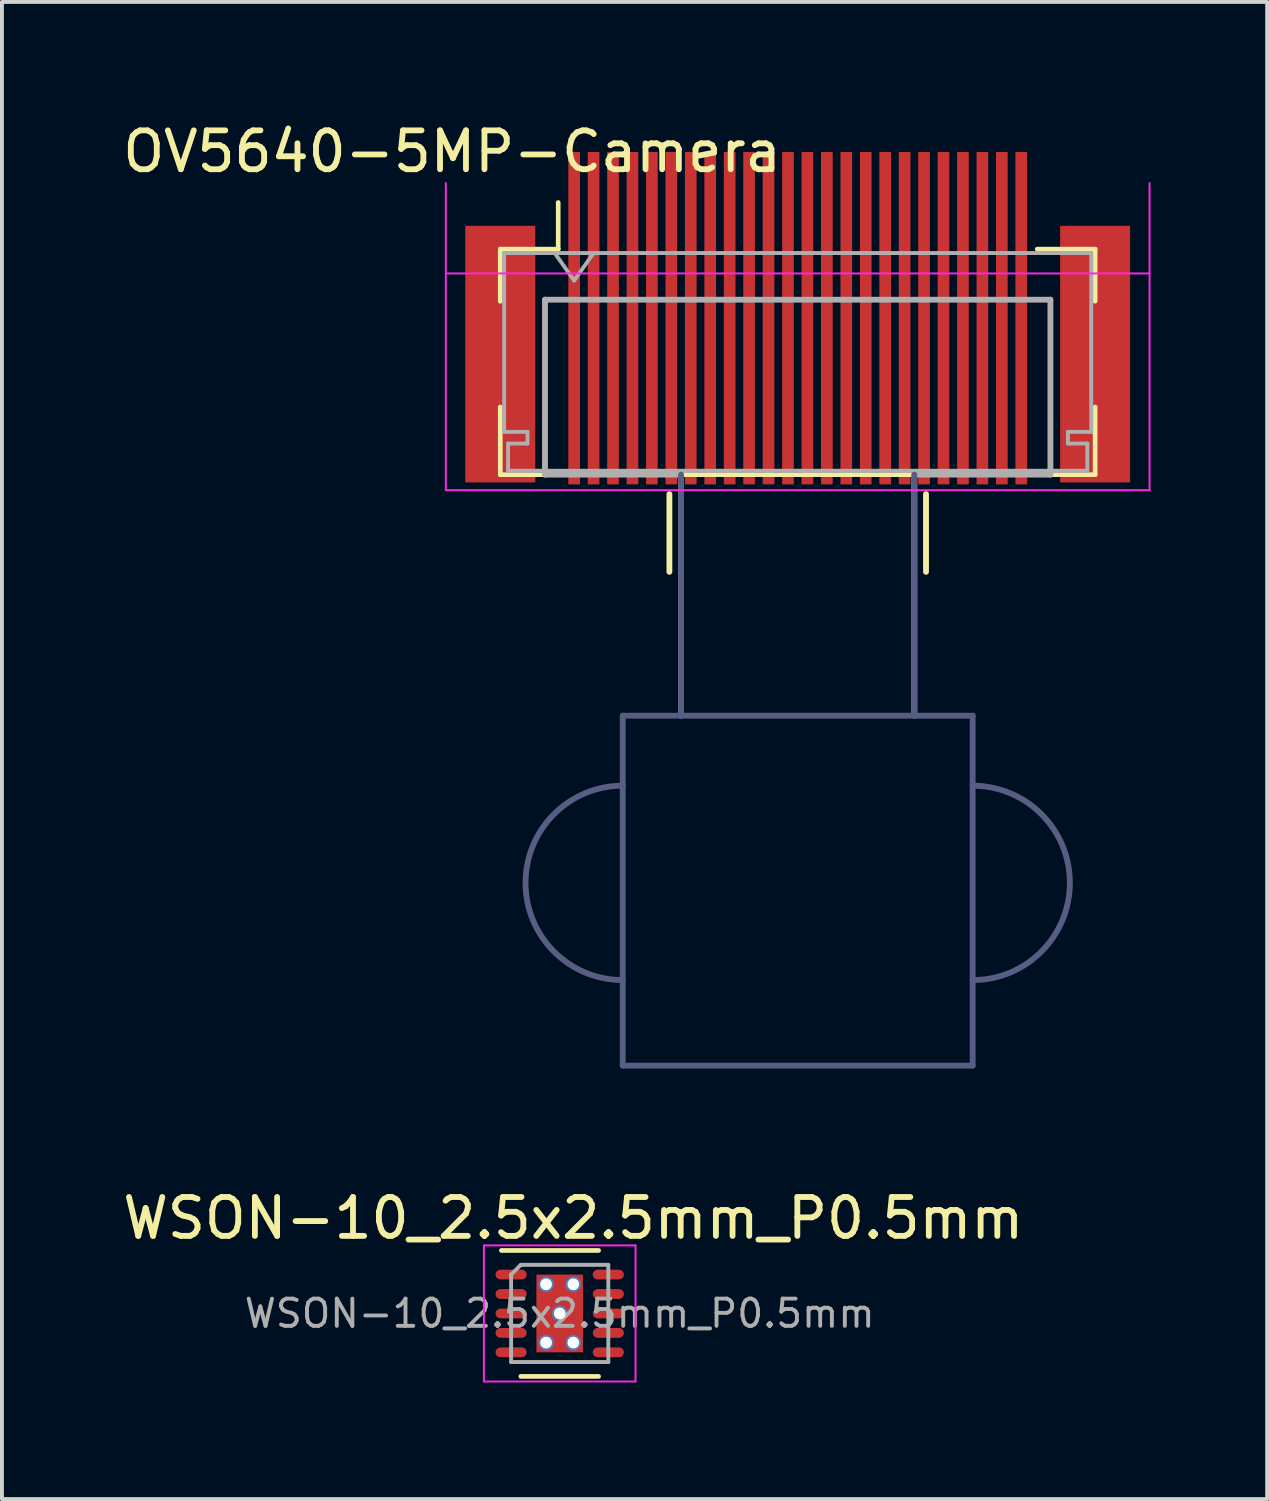
<source format=kicad_pcb>
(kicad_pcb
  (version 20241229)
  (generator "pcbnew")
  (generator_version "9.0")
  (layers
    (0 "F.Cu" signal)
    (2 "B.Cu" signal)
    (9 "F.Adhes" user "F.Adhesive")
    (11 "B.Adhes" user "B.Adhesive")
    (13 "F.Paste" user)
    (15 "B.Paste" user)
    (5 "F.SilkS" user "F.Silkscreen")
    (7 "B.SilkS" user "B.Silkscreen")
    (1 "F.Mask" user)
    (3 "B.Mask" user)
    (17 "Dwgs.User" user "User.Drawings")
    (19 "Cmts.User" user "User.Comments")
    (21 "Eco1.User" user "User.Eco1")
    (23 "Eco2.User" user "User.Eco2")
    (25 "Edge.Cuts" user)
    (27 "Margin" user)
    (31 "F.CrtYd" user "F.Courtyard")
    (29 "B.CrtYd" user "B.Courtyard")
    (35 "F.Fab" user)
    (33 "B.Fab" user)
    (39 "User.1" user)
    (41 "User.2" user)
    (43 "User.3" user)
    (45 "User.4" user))
  (footprint "OV5640-5MP-Camera"
    (layer "F.Cu")
    (at 17.467 4.658)
    (property "Reference" "OV5640-5MP-Camera" (at -8.89 -3.81 0) (layer "F.SilkS") (effects (font (size 1 1) (thickness 0.15))))
    (attr smd)
    (fp_line (start -7.65 -1.3) (end -7.65 0.04) (stroke (width 0.12) (type solid)) (layer "F.SilkS"))
    (fp_line (start -7.65 2.76) (end -7.65 4.5) (stroke (width 0.12) (type solid)) (layer "F.SilkS"))
    (fp_line (start -7.65 4.5) (end 7.65 4.5) (stroke (width 0.12) (type solid)) (layer "F.SilkS"))
    (fp_line (start -6.16 -1.3) (end -7.65 -1.3) (stroke (width 0.12) (type solid)) (layer "F.SilkS"))
    (fp_line (start -6.16 -1.3) (end -6.16 -2.5) (stroke (width 0.12) (type solid)) (layer "F.SilkS"))
    (fp_line (start -3.3 5) (end -3.3 7) (stroke (width 0.15) (type solid)) (layer "F.SilkS"))
    (fp_line (start 3.3 5) (end 3.3 7) (stroke (width 0.15) (type solid)) (layer "F.SilkS"))
    (fp_line (start 6.16 -1.3) (end 7.65 -1.3) (stroke (width 0.12) (type solid)) (layer "F.SilkS"))
    (fp_line (start 7.65 -1.3) (end 7.65 0.04) (stroke (width 0.12) (type solid)) (layer "F.SilkS"))
    (fp_line (start 7.65 4.5) (end 7.65 2.76) (stroke (width 0.12) (type solid)) (layer "F.SilkS"))
    (fp_line (start -9.05 -3) (end -9.05 4.9) (stroke (width 0.05) (type solid)) (layer "F.CrtYd"))
    (fp_line (start -9.05 4.9) (end 9.05 4.9) (stroke (width 0.05) (type solid)) (layer "F.CrtYd"))
    (fp_line (start 9.05 -0.675) (end -9.05 -0.675) (stroke (width 0.05) (type solid)) (layer "F.CrtYd"))
    (fp_line (start 9.05 4.9) (end 9.05 -3) (stroke (width 0.05) (type solid)) (layer "F.CrtYd"))
    (fp_line (start -4.5 10.7) (end -4.5 19.7) (stroke (width 0.15) (type solid)) (layer "B.Fab"))
    (fp_line (start -4.5 10.7) (end 4.5 10.7) (stroke (width 0.15) (type solid)) (layer "B.Fab"))
    (fp_line (start -4.5 19.7) (end 4.5 19.7) (stroke (width 0.15) (type solid)) (layer "B.Fab"))
    (fp_line (start -3 4.5) (end -3 10.7) (stroke (width 0.15) (type solid)) (layer "B.Fab"))
    (fp_line (start 3 4.5) (end 3 10.7) (stroke (width 0.15) (type solid)) (layer "B.Fab"))
    (fp_line (start 4.5 10.7) (end 4.5 19.7) (stroke (width 0.15) (type solid)) (layer "B.Fab"))
    (fp_arc (start -4.5 17.5) (mid -7 15) (end -4.5 12.5) (stroke (width 0.15) (type solid)) (layer "B.Fab"))
    (fp_arc (start 4.5 12.5) (mid 7 15) (end 4.5 17.5) (stroke (width 0.15) (type solid)) (layer "B.Fab"))
    (fp_line (start -7.55 -1.2) (end -7.55 3.4) (stroke (width 0.1) (type solid)) (layer "F.Fab"))
    (fp_line (start -7.55 3.4) (end -6.95 3.4) (stroke (width 0.1) (type solid)) (layer "F.Fab"))
    (fp_line (start -7.45 3.7) (end -7.45 4.4) (stroke (width 0.1) (type solid)) (layer "F.Fab"))
    (fp_line (start -7.45 4.4) (end 0 4.4) (stroke (width 0.1) (type solid)) (layer "F.Fab"))
    (fp_line (start -6.95 3.4) (end -6.95 3.7) (stroke (width 0.1) (type solid)) (layer "F.Fab"))
    (fp_line (start -6.95 3.7) (end -7.45 3.7) (stroke (width 0.1) (type solid)) (layer "F.Fab"))
    (fp_line (start -6.5 0) (end -6.5 4.5) (stroke (width 0.15) (type solid)) (layer "F.Fab"))
    (fp_line (start -6.5 0) (end 6.5 0) (stroke (width 0.15) (type solid)) (layer "F.Fab"))
    (fp_line (start -6.5 4.5) (end -3 4.5) (stroke (width 0.15) (type solid)) (layer "F.Fab"))
    (fp_line (start -6.25 -1.2) (end -5.75 -0.493) (stroke (width 0.1) (type solid)) (layer "F.Fab"))
    (fp_line (start -5.75 -0.493) (end -5.25 -1.2) (stroke (width 0.1) (type solid)) (layer "F.Fab"))
    (fp_line (start -3 4.5) (end -3 10.7) (stroke (width 0.15) (type solid)) (layer "F.Fab"))
    (fp_line (start 0 -1.2) (end -7.55 -1.2) (stroke (width 0.1) (type solid)) (layer "F.Fab"))
    (fp_line (start 0 -1.2) (end 7.55 -1.2) (stroke (width 0.1) (type solid)) (layer "F.Fab"))
    (fp_line (start 3 4.5) (end 3 10.7) (stroke (width 0.15) (type solid)) (layer "F.Fab"))
    (fp_line (start 3 4.5) (end 6.5 4.5) (stroke (width 0.15) (type solid)) (layer "F.Fab"))
    (fp_line (start 6.5 0) (end 6.5 4.5) (stroke (width 0.15) (type solid)) (layer "F.Fab"))
    (fp_line (start 6.95 3.4) (end 6.95 3.7) (stroke (width 0.1) (type solid)) (layer "F.Fab"))
    (fp_line (start 6.95 3.7) (end 7.45 3.7) (stroke (width 0.1) (type solid)) (layer "F.Fab"))
    (fp_line (start 7.45 3.7) (end 7.45 4.4) (stroke (width 0.1) (type solid)) (layer "F.Fab"))
    (fp_line (start 7.45 4.4) (end 0 4.4) (stroke (width 0.1) (type solid)) (layer "F.Fab"))
    (fp_line (start 7.55 -1.2) (end 7.55 3.4) (stroke (width 0.1) (type solid)) (layer "F.Fab"))
    (fp_line (start 7.55 3.4) (end 6.95 3.4) (stroke (width 0.1) (type solid)) (layer "F.Fab"))
    (pad "1" smd rect (at 5.75 0.475) (size 0.3 8.55) (layers "F.Cu" "F.Mask" "F.Paste"))
    (pad "2" smd rect (at 5.25 0.475) (size 0.3 8.55) (layers "F.Cu" "F.Mask" "F.Paste"))
    (pad "3" smd rect (at 4.75 0.475) (size 0.3 8.55) (layers "F.Cu" "F.Mask" "F.Paste"))
    (pad "4" smd rect (at 4.25 0.475) (size 0.3 8.55) (layers "F.Cu" "F.Mask" "F.Paste"))
    (pad "5" smd rect (at 3.75 0.475) (size 0.3 8.55) (layers "F.Cu" "F.Mask" "F.Paste"))
    (pad "6" smd rect (at 3.25 0.475) (size 0.3 8.55) (layers "F.Cu" "F.Mask" "F.Paste"))
    (pad "7" smd rect (at 2.75 0.475) (size 0.3 8.55) (layers "F.Cu" "F.Mask" "F.Paste"))
    (pad "8" smd rect (at 2.25 0.475) (size 0.3 8.55) (layers "F.Cu" "F.Mask" "F.Paste"))
    (pad "9" smd rect (at 1.75 0.475) (size 0.3 8.55) (layers "F.Cu" "F.Mask" "F.Paste"))
    (pad "10" smd rect (at 1.25 0.475) (size 0.3 8.55) (layers "F.Cu" "F.Mask" "F.Paste"))
    (pad "11" smd rect (at 0.75 0.475) (size 0.3 8.55) (layers "F.Cu" "F.Mask" "F.Paste"))
    (pad "12" smd rect (at 0.25 0.475) (size 0.3 8.55) (layers "F.Cu" "F.Mask" "F.Paste"))
    (pad "13" smd rect (at -0.25 0.475) (size 0.3 8.55) (layers "F.Cu" "F.Mask" "F.Paste"))
    (pad "14" smd rect (at -0.75 0.475) (size 0.3 8.55) (layers "F.Cu" "F.Mask" "F.Paste"))
    (pad "15" smd rect (at -1.25 0.475) (size 0.3 8.55) (layers "F.Cu" "F.Mask" "F.Paste"))
    (pad "16" smd rect (at -1.75 0.475) (size 0.3 8.55) (layers "F.Cu" "F.Mask" "F.Paste"))
    (pad "17" smd rect (at -2.25 0.475) (size 0.3 8.55) (layers "F.Cu" "F.Mask" "F.Paste"))
    (pad "18" smd rect (at -2.75 0.475) (size 0.3 8.55) (layers "F.Cu" "F.Mask" "F.Paste"))
    (pad "19" smd rect (at -3.25 0.475) (size 0.3 8.55) (layers "F.Cu" "F.Mask" "F.Paste"))
    (pad "20" smd rect (at -3.75 0.475) (size 0.3 8.55) (layers "F.Cu" "F.Mask" "F.Paste"))
    (pad "21" smd rect (at -4.25 0.475) (size 0.3 8.55) (layers "F.Cu" "F.Mask" "F.Paste"))
    (pad "22" smd rect (at -4.75 0.475) (size 0.3 8.55) (layers "F.Cu" "F.Mask" "F.Paste"))
    (pad "23" smd rect (at -5.25 0.475) (size 0.3 8.55) (layers "F.Cu" "F.Mask" "F.Paste"))
    (pad "24" smd rect (at -5.75 0.475) (size 0.3 8.55) (layers "F.Cu" "F.Mask" "F.Paste"))
    (pad "MP" smd rect (at -7.65 1.4) (size 1.8 6.6) (layers "F.Cu" "F.Mask" "F.Paste"))
    (pad "MP" smd rect (at 7.65 1.4) (size 1.8 6.6) (layers "F.Cu" "F.Mask" "F.Paste")))
  (footprint "WSON-10_2.5x2.5mm_P0.5mm"
    (layer "F.Cu")
    (at 11.346 30.732)
    (property "Reference" "WSON-10_2.5x2.5mm_P0.5mm" (at 0.35 -2.45 0) (layer "F.SilkS") (effects (font (size 1 1) (thickness 0.15))))
    (attr smd)
    (fp_line (start -1.5 -1.62) (end 1 -1.62) (stroke (width 0.12) (type solid)) (layer "F.SilkS"))
    (fp_line (start 1 1.62) (end -1 1.62) (stroke (width 0.12) (type solid)) (layer "F.SilkS"))
    (fp_line (start -1.95 -1.75) (end -1.95 1.75) (stroke (width 0.05) (type solid)) (layer "F.CrtYd"))
    (fp_line (start -1.95 -1.75) (end 1.95 -1.75) (stroke (width 0.05) (type solid)) (layer "F.CrtYd"))
    (fp_line (start -1.95 1.75) (end 1.95 1.75) (stroke (width 0.05) (type solid)) (layer "F.CrtYd"))
    (fp_line (start 1.95 -1.75) (end 1.95 1.75) (stroke (width 0.05) (type solid)) (layer "F.CrtYd"))
    (fp_line (start -1.25 1.25) (end -1.25 -1) (stroke (width 0.1) (type solid)) (layer "F.Fab"))
    (fp_line (start -1 -1.25) (end -1.25 -1) (stroke (width 0.1) (type solid)) (layer "F.Fab"))
    (fp_line (start -1 -1.25) (end 1.25 -1.25) (stroke (width 0.1) (type solid)) (layer "F.Fab"))
    (fp_line (start 1.25 -1.25) (end 1.25 1.25) (stroke (width 0.1) (type solid)) (layer "F.Fab"))
    (fp_line (start 1.25 1.25) (end -1.25 1.25) (stroke (width 0.1) (type solid)) (layer "F.Fab"))
    (fp_text user "${REFERENCE}" (at 0 0 0) (layer "F.Fab") (effects (font (size 0.7 0.7) (thickness 0.1))))
    (pad "" smd oval (at -1.25 -1) (size 0.75 0.23) (layers "F.Cu" "F.Paste"))
    (pad "" smd oval (at -1.25 -0.5) (size 0.75 0.23) (layers "F.Cu" "F.Paste"))
    (pad "" smd oval (at -1.25 0) (size 0.75 0.23) (layers "F.Cu" "F.Paste"))
    (pad "" smd oval (at -1.25 0.5) (size 0.75 0.23) (layers "F.Cu" "F.Paste"))
    (pad "" smd oval (at -1.25 1) (size 0.75 0.23) (layers "F.Cu" "F.Paste"))
    (pad "" thru_hole circle (at -0.35 -0.75) (size 0.4 0.4) (drill 0.3) (layers "*.Cu" "*.Mask"))
    (pad "" thru_hole circle (at -0.35 0.75) (size 0.4 0.4) (drill 0.3) (layers "*.Cu" "*.Mask"))
    (pad "" smd rect (at -0.335 -0.55) (size 0.45 0.85) (layers "F.Paste"))
    (pad "" smd rect (at -0.335 0.55) (size 0.45 0.85) (layers "F.Paste"))
    (pad "" thru_hole circle (at 0 0) (size 0.4 0.4) (drill 0.3) (layers "*.Cu" "*.Mask"))
    (pad "" smd rect (at 0.335 -0.55) (size 0.45 0.85) (layers "F.Paste"))
    (pad "" smd rect (at 0.335 0.55) (size 0.45 0.85) (layers "F.Paste"))
    (pad "" thru_hole circle (at 0.35 -0.75) (size 0.4 0.4) (drill 0.3) (layers "*.Cu" "*.Mask"))
    (pad "" thru_hole circle (at 0.35 0.75) (size 0.4 0.4) (drill 0.3) (layers "*.Cu" "*.Mask"))
    (pad "" smd oval (at 1.25 -1) (size 0.75 0.23) (layers "F.Cu" "F.Paste"))
    (pad "" smd oval (at 1.25 -0.5) (size 0.75 0.23) (layers "F.Cu" "F.Paste"))
    (pad "" smd oval (at 1.25 0) (size 0.75 0.23) (layers "F.Cu" "F.Paste"))
    (pad "" smd oval (at 1.25 0.5) (size 0.75 0.23) (layers "F.Cu" "F.Paste"))
    (pad "" smd oval (at 1.25 1) (size 0.75 0.23) (layers "F.Cu" "F.Paste"))
    (pad "1" smd oval (at -1.25 -1) (size 0.8 0.25) (layers "F.Cu" "F.Mask"))
    (pad "2" smd oval (at -1.25 -0.5) (size 0.8 0.25) (layers "F.Cu" "F.Mask"))
    (pad "3" smd oval (at -1.25 0) (size 0.8 0.25) (layers "F.Cu" "F.Mask"))
    (pad "4" smd oval (at -1.25 0.5) (size 0.8 0.25) (layers "F.Cu" "F.Mask"))
    (pad "5" smd oval (at -1.25 1) (size 0.8 0.25) (layers "F.Cu" "F.Mask"))
    (pad "6" smd oval (at 1.25 1) (size 0.8 0.25) (layers "F.Cu" "F.Mask"))
    (pad "7" smd oval (at 1.25 0.5) (size 0.8 0.25) (layers "F.Cu" "F.Mask"))
    (pad "8" smd oval (at 1.25 0) (size 0.8 0.25) (layers "F.Cu" "F.Mask"))
    (pad "9" smd oval (at 1.25 -0.5) (size 0.8 0.25) (layers "F.Cu" "F.Mask"))
    (pad "10" smd oval (at 1.25 -1) (size 0.8 0.25) (layers "F.Cu" "F.Mask"))
    (pad "11" smd rect (at 0 0) (size 1.2 2) (layers "F.Cu" "F.Mask" "F.Paste")))
  (gr_rect
    (start -3 -3)
    (end 29.542 35.507)
    (stroke (width 0.1) (type default))
    (fill no)
    (layer "Edge.Cuts")))
</source>
